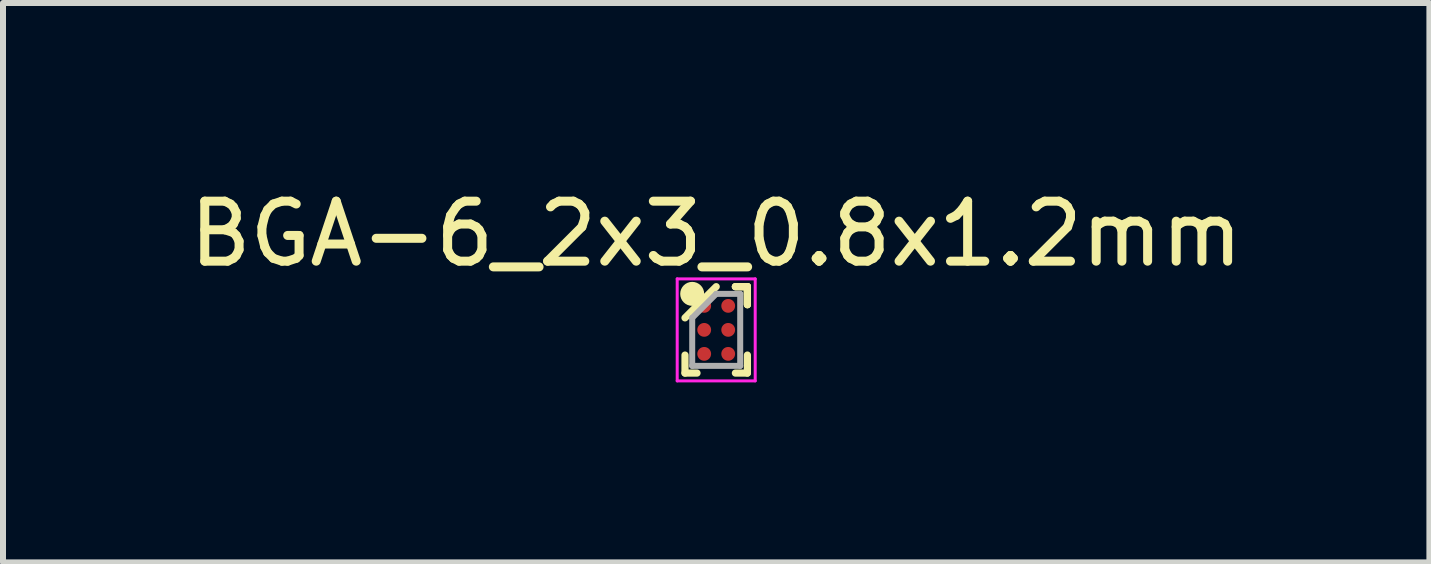
<source format=kicad_pcb>
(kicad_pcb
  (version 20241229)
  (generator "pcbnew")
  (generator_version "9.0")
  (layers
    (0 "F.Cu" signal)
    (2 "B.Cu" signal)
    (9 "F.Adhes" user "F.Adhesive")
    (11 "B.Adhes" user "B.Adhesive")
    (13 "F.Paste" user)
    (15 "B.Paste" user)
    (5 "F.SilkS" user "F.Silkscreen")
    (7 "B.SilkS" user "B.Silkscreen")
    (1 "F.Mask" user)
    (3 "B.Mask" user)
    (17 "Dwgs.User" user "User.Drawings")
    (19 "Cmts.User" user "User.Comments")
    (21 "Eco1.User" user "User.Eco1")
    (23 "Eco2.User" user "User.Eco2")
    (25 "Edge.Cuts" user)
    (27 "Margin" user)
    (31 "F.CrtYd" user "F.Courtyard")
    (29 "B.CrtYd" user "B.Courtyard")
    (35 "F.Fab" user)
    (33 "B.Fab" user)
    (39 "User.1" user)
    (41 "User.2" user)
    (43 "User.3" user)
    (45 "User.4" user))
  (footprint "BGA-6_2x3_0.8x1.2mm"
    (layer "F.Cu")
    (at 8.887 2.448)
    (property "Reference" "BGA-6_2x3_0.8x1.2mm" (at 0 -1.6 0) (layer "F.SilkS") (effects (font (size 1 1) (thickness 0.15))))
    (attr through_hole)
    (fp_line (start -0.52 0.72) (end -0.52 0.42) (stroke (width 0.12) (type solid)) (layer "F.SilkS"))
    (fp_line (start -0.32 0.72) (end -0.52 0.72) (stroke (width 0.12) (type solid)) (layer "F.SilkS"))
    (fp_line (start 0 -0.72) (end -0.52 -0.2) (stroke (width 0.12) (type solid)) (layer "F.SilkS"))
    (fp_line (start 0.32 -0.72) (end 0.52 -0.72) (stroke (width 0.12) (type solid)) (layer "F.SilkS"))
    (fp_line (start 0.32 -0.72) (end 0.52 -0.72) (stroke (width 0.12) (type solid)) (layer "F.SilkS"))
    (fp_line (start 0.32 -0.72) (end 0.52 -0.72) (stroke (width 0.12) (type solid)) (layer "F.SilkS"))
    (fp_line (start 0.32 0.72) (end 0.52 0.72) (stroke (width 0.12) (type solid)) (layer "F.SilkS"))
    (fp_line (start 0.52 -0.72) (end 0.52 -0.42) (stroke (width 0.12) (type solid)) (layer "F.SilkS"))
    (fp_line (start 0.52 -0.72) (end 0.52 -0.42) (stroke (width 0.12) (type solid)) (layer "F.SilkS"))
    (fp_line (start 0.52 -0.72) (end 0.52 -0.42) (stroke (width 0.12) (type solid)) (layer "F.SilkS"))
    (fp_line (start 0.52 0.72) (end 0.52 0.42) (stroke (width 0.12) (type solid)) (layer "F.SilkS"))
    (fp_circle (center -0.4 -0.6) (end -0.4 -0.5) (stroke (width 0.2) (type solid)) (fill no) (layer "F.SilkS"))
    (fp_line (start -0.65 -0.85) (end 0.65 -0.85) (stroke (width 0.05) (type solid)) (layer "F.CrtYd"))
    (fp_line (start -0.65 0.85) (end -0.65 -0.85) (stroke (width 0.05) (type solid)) (layer "F.CrtYd"))
    (fp_line (start 0.65 -0.85) (end 0.65 0.85) (stroke (width 0.05) (type solid)) (layer "F.CrtYd"))
    (fp_line (start 0.65 0.85) (end -0.65 0.85) (stroke (width 0.05) (type solid)) (layer "F.CrtYd"))
    (fp_line (start -0.4 -0.2) (end -0.4 0.6) (stroke (width 0.1) (type solid)) (layer "F.Fab"))
    (fp_line (start -0.4 0.6) (end 0.4 0.6) (stroke (width 0.1) (type solid)) (layer "F.Fab"))
    (fp_line (start 0 -0.6) (end -0.4 -0.2) (stroke (width 0.1) (type solid)) (layer "F.Fab"))
    (fp_line (start 0.4 -0.6) (end 0 -0.6) (stroke (width 0.1) (type solid)) (layer "F.Fab"))
    (fp_line (start 0.4 0.6) (end 0.4 -0.6) (stroke (width 0.1) (type solid)) (layer "F.Fab"))
    (pad "A1" smd circle (at -0.2 -0.4) (size 0.23 0.23) (layers "F.Cu" "F.Mask" "F.Paste"))
    (pad "A2" smd circle (at 0.2 -0.4) (size 0.23 0.23) (layers "F.Cu" "F.Mask" "F.Paste"))
    (pad "B1" smd circle (at -0.2 0) (size 0.23 0.23) (layers "F.Cu" "F.Mask" "F.Paste"))
    (pad "B2" smd circle (at 0.2 0) (size 0.23 0.23) (layers "F.Cu" "F.Mask" "F.Paste"))
    (pad "C1" smd circle (at -0.2 0.4) (size 0.23 0.23) (layers "F.Cu" "F.Mask" "F.Paste"))
    (pad "C2" smd circle (at 0.2 0.4) (size 0.23 0.23) (layers "F.Cu" "F.Mask" "F.Paste")))
  (gr_rect
    (start -3 -3)
    (end 20.774 6.323)
    (stroke (width 0.1) (type default))
    (fill no)
    (layer "Edge.Cuts")))
</source>
